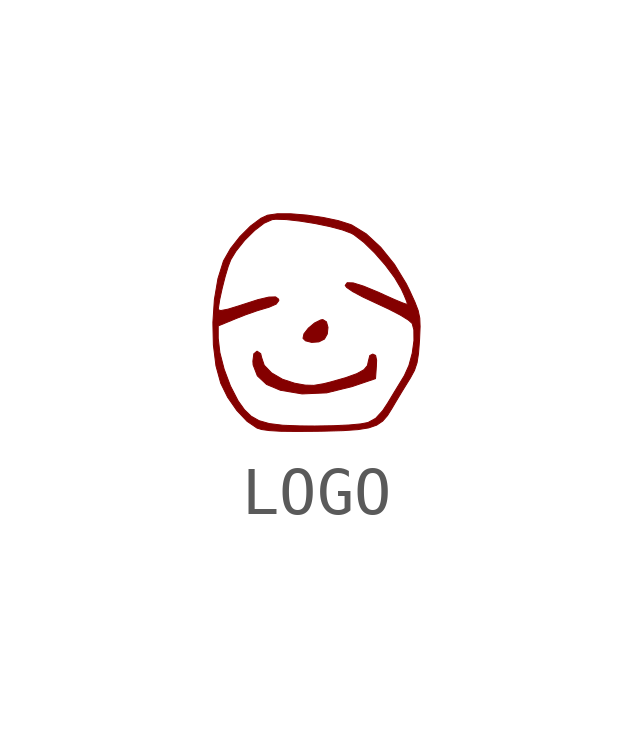
<source format=kicad_sym>
(kicad_symbol_lib
  (version 20210619)
  (generator bitmap2component)
  (symbol "LOGO"
    (pin_names
      (offset 1.016))
    (property "Reference" "#G"
      (at 0 2.367 0)
      (effects (font (size 1.27 1.27)) hide))
    (symbol "LOGO_0_0"
      (polyline (pts (xy -0.06 -2.267) (xy 0.101 -2.264) (xy 0.5 -2.253) (xy 0.804 -2.232) (xy 1.029 -2.196) (xy 1.195 -2.139) (xy 1.32 -2.055) (xy 1.42 -1.94) (xy 1.515 -1.788) (xy 1.583 -1.672) (xy 1.721 -1.442) (xy 1.859 -1.218) (xy 1.895 -1.16) (xy 1.982 -1) (xy 2.035 -0.842) (xy 2.066 -0.647) (xy 2.087 -0.373) (xy 2.089 -0.331) (xy 2.099 -0.089) (xy 2.092 0.089) (xy 2.059 0.245) (xy 1.991 0.422) (xy 1.88 0.665) (xy 1.81 0.806) (xy 1.564 1.209) (xy 1.28 1.562) (xy 0.979 1.841) (xy 0.681 2.024) (xy 0.65 2.037) (xy 0.397 2.117) (xy 0.082 2.183) (xy -0.257 2.232) (xy -0.587 2.259) (xy -0.871 2.26) (xy -1.076 2.23) (xy -1.214 2.166) (xy -1.431 2.004) (xy -1.651 1.785) (xy -1.845 1.538) (xy -1.986 1.291) (xy -1.995 1.272) (xy -2.108 0.91) (xy -2.182 0.474) (xy -2.213 0.002) (xy -2.212 -0.074) (xy -2.102 -0.074) (xy -1.726 0.081) (xy -1.536 0.156) (xy -1.291 0.242) (xy -1.096 0.3) (xy -1.047 0.314) (xy -0.896 0.38) (xy -0.841 0.453) (xy -0.846 0.484) (xy -0.908 0.53) (xy -1.049 0.526) (xy -1.278 0.472) (xy -1.606 0.366) (xy -1.664 0.347) (xy -1.898 0.275) (xy -2.048 0.246) (xy -2.101 0.262) (xy -2.098 0.298) (xy -2.071 0.474) (xy -2.02 0.706) (xy -1.958 0.951) (xy -1.894 1.165) (xy -1.84 1.305) (xy -1.733 1.48) (xy -1.551 1.708) (xy -1.346 1.911) (xy -1.146 2.064) (xy -0.978 2.138) (xy -0.903 2.146) (xy -0.684 2.139) (xy -0.401 2.107) (xy -0.089 2.057) (xy 0.216 1.994) (xy 0.48 1.924) (xy 0.668 1.854) (xy 0.724 1.822) (xy 0.925 1.667) (xy 1.151 1.447) (xy 1.374 1.192) (xy 1.568 0.931) (xy 1.707 0.695) (xy 1.766 0.566) (xy 1.821 0.432) (xy 1.835 0.374) (xy 1.824 0.374) (xy 1.731 0.407) (xy 1.565 0.476) (xy 1.353 0.571) (xy 1.234 0.626) (xy 0.923 0.754) (xy 0.707 0.821) (xy 0.581 0.825) (xy 0.54 0.769) (xy 0.57 0.727) (xy 0.697 0.64) (xy 0.914 0.524) (xy 1.206 0.388) (xy 1.45 0.274) (xy 1.686 0.152) (xy 1.854 0.048) (xy 1.934 -0.023) (xy 1.969 -0.156) (xy 1.971 -0.381) (xy 1.935 -0.642) (xy 1.866 -0.897) (xy 1.772 -1.106) (xy 1.696 -1.231) (xy 1.558 -1.457) (xy 1.423 -1.681) (xy 1.321 -1.836) (xy 1.175 -1.996) (xy 1.017 -2.083) (xy 1.015 -2.084) (xy 0.864 -2.113) (xy 0.615 -2.136) (xy 0.29 -2.151) (xy -0.09 -2.157) (xy -0.392 -2.155) (xy -0.76 -2.141) (xy -1.041 -2.106) (xy -1.254 -2.045) (xy -1.419 -1.951) (xy -1.556 -1.818) (xy -1.683 -1.64) (xy -1.691 -1.627) (xy -1.848 -1.323) (xy -1.979 -0.974) (xy -2.068 -0.628) (xy -2.102 -0.331) (xy -2.102 -0.074) (xy -2.212 -0.074) (xy -2.203 -0.47) (xy -2.149 -0.905) (xy -2.05 -1.266) (xy -1.907 -1.558) (xy -1.715 -1.834) (xy -1.502 -2.059) (xy -1.295 -2.2) (xy -1.198 -2.23) (xy -1.038 -2.252) (xy -0.805 -2.266) (xy -0.485 -2.27) (xy -0.06 -2.267)) (stroke (width 0.01)) (fill (type outline)))
      (polyline (pts (xy 0.154 -1.467) (xy 0.691 -1.334) (xy 1.171 -1.171) (xy 1.189 -0.916) (xy 1.194 -0.788) (xy 1.173 -0.688) (xy 1.114 -0.66) (xy 1.052 -0.69) (xy 1.021 -0.814) (xy 1.003 -0.899) (xy 0.929 -0.986) (xy 0.783 -1.067) (xy 0.55 -1.151) (xy 0.214 -1.246) (xy 0.089 -1.277) (xy -0.112 -1.311) (xy -0.292 -1.306) (xy -0.513 -1.266) (xy -0.764 -1.184) (xy -0.992 -1.051) (xy -1.145 -0.892) (xy -1.201 -0.725) (xy -1.218 -0.651) (xy -1.291 -0.601) (xy -1.297 -0.601) (xy -1.361 -0.653) (xy -1.381 -0.807) (xy -1.376 -0.885) (xy -1.288 -1.113) (xy -1.096 -1.292) (xy -0.809 -1.413) (xy -0.356 -1.489) (xy 0.154 -1.467)) (stroke (width 0.01)) (fill (type outline)))
      (polyline (pts (xy -0.008 -0.406) (xy 0.108 -0.348) (xy 0.168 -0.241) (xy 0.182 -0.104) (xy 0.15 0.011) (xy 0.075 0.058) (xy 0.032 0.051) (xy -0.098 -0.013) (xy -0.227 -0.121) (xy -0.318 -0.238) (xy -0.338 -0.332) (xy -0.286 -0.384) (xy -0.157 -0.417) (xy -0.008 -0.406)) (stroke (width 0.01)) (fill (type outline))))))
</source>
